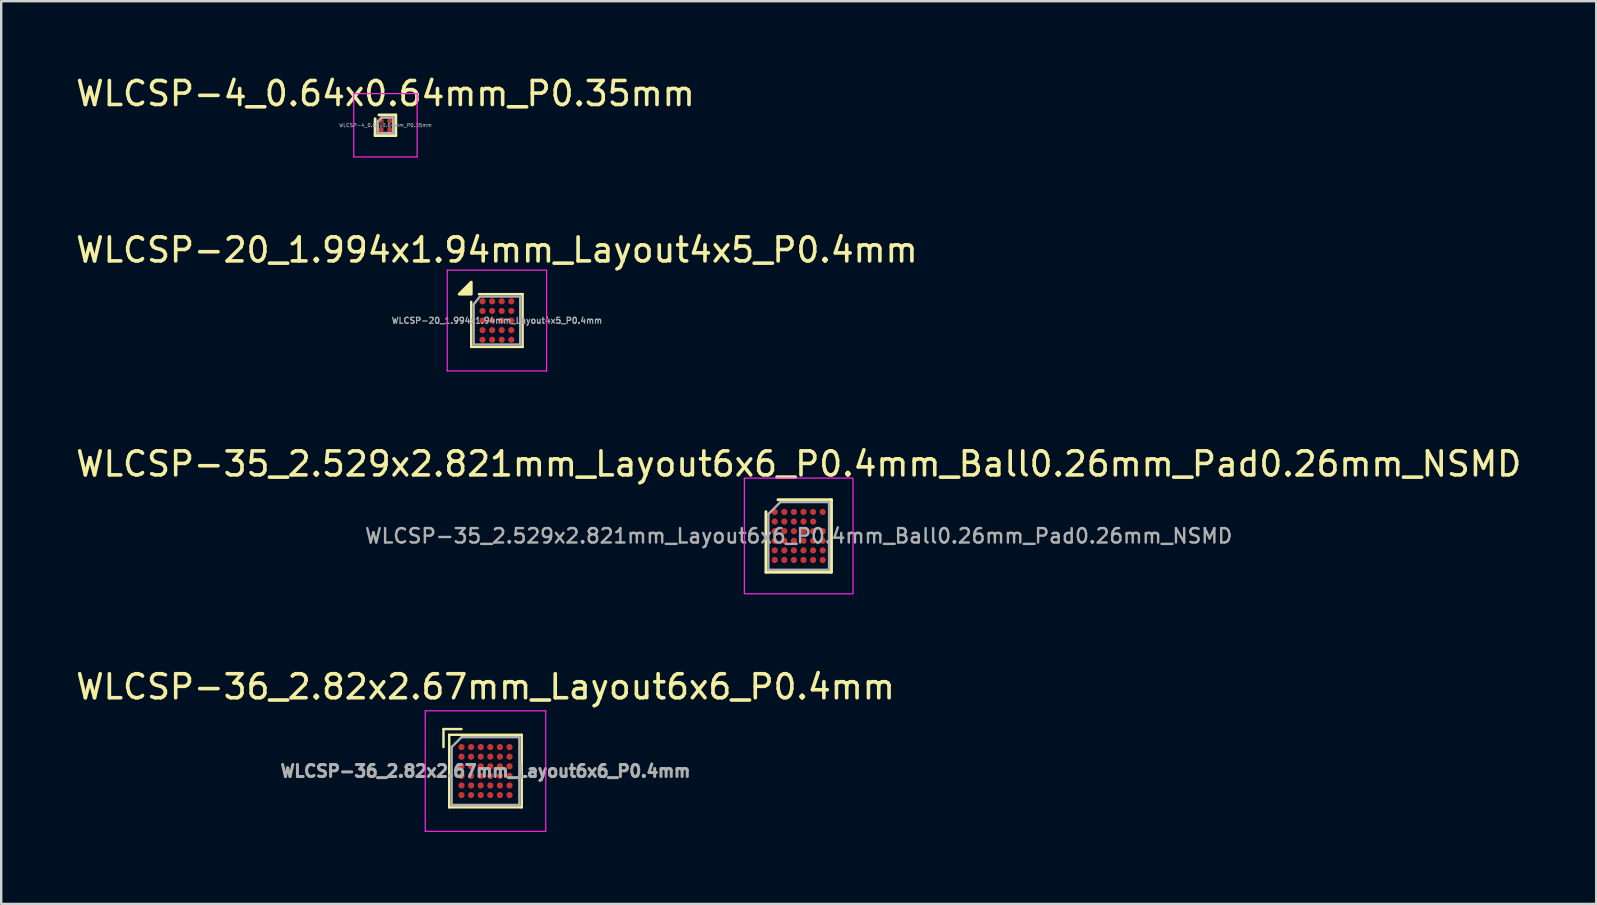
<source format=kicad_pcb>
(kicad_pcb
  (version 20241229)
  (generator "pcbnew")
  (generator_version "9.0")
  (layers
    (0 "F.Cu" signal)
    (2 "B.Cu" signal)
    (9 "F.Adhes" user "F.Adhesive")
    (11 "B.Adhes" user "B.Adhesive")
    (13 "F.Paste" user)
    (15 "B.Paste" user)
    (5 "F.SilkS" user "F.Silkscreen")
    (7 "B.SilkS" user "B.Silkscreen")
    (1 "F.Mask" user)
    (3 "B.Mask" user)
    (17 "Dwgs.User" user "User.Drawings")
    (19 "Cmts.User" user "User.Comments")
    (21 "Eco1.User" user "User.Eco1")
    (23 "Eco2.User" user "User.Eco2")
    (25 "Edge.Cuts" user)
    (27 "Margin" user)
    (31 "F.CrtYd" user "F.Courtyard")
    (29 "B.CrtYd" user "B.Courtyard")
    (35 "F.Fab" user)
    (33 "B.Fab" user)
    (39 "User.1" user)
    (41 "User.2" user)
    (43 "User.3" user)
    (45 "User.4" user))
  (footprint "WLCSP-20_1.994x1.94mm_Layout4x5_P0.4mm"
    (layer "F.Cu")
    (at 17.649 10.302)
    (property "Reference" "WLCSP-20_1.994x1.94mm_Layout4x5_P0.4mm" (at 0 -2.94 0) (layer "F.SilkS") (effects (font (size 1 1) (thickness 0.15))))
    (attr smd)
    (fp_line (start -1.07 1.1) (end -1.07 -0.78) (stroke (width 0.1) (type solid)) (layer "F.SilkS"))
    (fp_line (start 1.07 -1.1) (end -0.75 -1.1) (stroke (width 0.1) (type solid)) (layer "F.SilkS"))
    (fp_line (start 1.07 1.1) (end -1.07 1.1) (stroke (width 0.1) (type solid)) (layer "F.SilkS"))
    (fp_line (start 1.07 1.1) (end 1.07 -1.1) (stroke (width 0.1) (type solid)) (layer "F.SilkS"))
    (fp_poly (pts (xy -1.07 -1.1) (xy -1.57 -1.1) (xy -1.07 -1.6) (xy -1.07 -1.1)) (stroke (width 0.12) (type solid)) (fill yes) (layer "F.SilkS"))
    (fp_line (start -2.07 2.1) (end -2.07 -2.1) (stroke (width 0.05) (type solid)) (layer "F.CrtYd"))
    (fp_line (start 2.07 -2.1) (end -2.07 -2.1) (stroke (width 0.05) (type solid)) (layer "F.CrtYd"))
    (fp_line (start 2.07 2.1) (end -2.07 2.1) (stroke (width 0.05) (type solid)) (layer "F.CrtYd"))
    (fp_line (start 2.07 2.1) (end 2.07 -2.1) (stroke (width 0.05) (type solid)) (layer "F.CrtYd"))
    (fp_line (start -0.97 -0.67) (end -0.71 -1) (stroke (width 0.1) (type solid)) (layer "F.Fab"))
    (fp_line (start -0.97 0.997) (end -0.97 -0.66) (stroke (width 0.1) (type solid)) (layer "F.Fab"))
    (fp_line (start -0.97 1) (end 0.97 1) (stroke (width 0.1) (type solid)) (layer "F.Fab"))
    (fp_line (start -0.7 -1) (end 0.97 -1) (stroke (width 0.1) (type solid)) (layer "F.Fab"))
    (fp_line (start 0.97 0.997) (end 0.97 -0.997) (stroke (width 0.1) (type solid)) (layer "F.Fab"))
    (fp_text user "${REFERENCE}" (at 0 0 0) (layer "F.Fab") (effects (font (size 0.25 0.25) (thickness 0.05))))
    (pad "A1" smd circle (at -0.6 -0.8) (size 0.258 0.258) (property pad_prop_bga) (layers "F.Cu" "F.Mask" "F.Paste"))
    (pad "A2" smd circle (at -0.2 -0.8) (size 0.258 0.258) (property pad_prop_bga) (layers "F.Cu" "F.Mask" "F.Paste"))
    (pad "A3" smd circle (at 0.2 -0.8) (size 0.258 0.258) (property pad_prop_bga) (layers "F.Cu" "F.Mask" "F.Paste"))
    (pad "A4" smd circle (at 0.6 -0.8) (size 0.258 0.258) (property pad_prop_bga) (layers "F.Cu" "F.Mask" "F.Paste"))
    (pad "B1" smd circle (at -0.6 -0.4) (size 0.258 0.258) (property pad_prop_bga) (layers "F.Cu" "F.Mask" "F.Paste"))
    (pad "B2" smd circle (at -0.2 -0.4) (size 0.258 0.258) (property pad_prop_bga) (layers "F.Cu" "F.Mask" "F.Paste"))
    (pad "B3" smd circle (at 0.2 -0.4) (size 0.258 0.258) (property pad_prop_bga) (layers "F.Cu" "F.Mask" "F.Paste"))
    (pad "B4" smd circle (at 0.6 -0.4) (size 0.258 0.258) (property pad_prop_bga) (layers "F.Cu" "F.Mask" "F.Paste"))
    (pad "C1" smd circle (at -0.6 0) (size 0.258 0.258) (property pad_prop_bga) (layers "F.Cu" "F.Mask" "F.Paste"))
    (pad "C2" smd circle (at -0.2 0) (size 0.258 0.258) (property pad_prop_bga) (layers "F.Cu" "F.Mask" "F.Paste"))
    (pad "C3" smd circle (at 0.2 0) (size 0.258 0.258) (property pad_prop_bga) (layers "F.Cu" "F.Mask" "F.Paste"))
    (pad "C4" smd circle (at 0.6 0) (size 0.258 0.258) (property pad_prop_bga) (layers "F.Cu" "F.Mask" "F.Paste"))
    (pad "D1" smd circle (at -0.6 0.4) (size 0.258 0.258) (property pad_prop_bga) (layers "F.Cu" "F.Mask" "F.Paste"))
    (pad "D2" smd circle (at -0.2 0.4) (size 0.258 0.258) (property pad_prop_bga) (layers "F.Cu" "F.Mask" "F.Paste"))
    (pad "D3" smd circle (at 0.2 0.4) (size 0.258 0.258) (property pad_prop_bga) (layers "F.Cu" "F.Mask" "F.Paste"))
    (pad "D4" smd circle (at 0.6 0.4) (size 0.258 0.258) (property pad_prop_bga) (layers "F.Cu" "F.Mask" "F.Paste"))
    (pad "E1" smd circle (at -0.6 0.8) (size 0.258 0.258) (property pad_prop_bga) (layers "F.Cu" "F.Mask" "F.Paste"))
    (pad "E2" smd circle (at -0.2 0.8) (size 0.258 0.258) (property pad_prop_bga) (layers "F.Cu" "F.Mask" "F.Paste"))
    (pad "E3" smd circle (at 0.2 0.8) (size 0.258 0.258) (property pad_prop_bga) (layers "F.Cu" "F.Mask" "F.Paste"))
    (pad "E4" smd circle (at 0.6 0.8) (size 0.258 0.258) (property pad_prop_bga) (layers "F.Cu" "F.Mask" "F.Paste")))
  (footprint "WLCSP-35_2.529x2.821mm_Layout6x6_P0.4mm_Ball0.26mm_Pad0.26mm_NSMD"
    (layer "F.Cu")
    (at 30.22 19.275)
    (property "Reference" "WLCSP-35_2.529x2.821mm_Layout6x6_P0.4mm_Ball0.26mm_Pad0.26mm_NSMD" (at 0 -3 0) (unlocked yes) (layer "F.SilkS") (effects (font (size 1 1) (thickness 0.15))))
    (attr smd)
    (fp_line (start -1.365 -1.01) (end -1.365 1.51) (stroke (width 0.12) (type solid)) (layer "F.SilkS"))
    (fp_line (start -1.365 1.51) (end 1.365 1.51) (stroke (width 0.12) (type solid)) (layer "F.SilkS"))
    (fp_line (start -0.865 -1.51) (end 1.365 -1.51) (stroke (width 0.12) (type solid)) (layer "F.SilkS"))
    (fp_line (start 1.365 1.51) (end 1.365 -1.51) (stroke (width 0.12) (type solid)) (layer "F.SilkS"))
    (fp_rect (start -2.264 -2.41) (end 2.264 2.41) (stroke (width 0.05) (type solid)) (fill no) (layer "F.CrtYd"))
    (fp_line (start -1.264 -0.91) (end -1.264 1.411) (stroke (width 0.1) (type solid)) (layer "F.Fab"))
    (fp_line (start -1.264 1.411) (end 1.264 1.411) (stroke (width 0.1) (type solid)) (layer "F.Fab"))
    (fp_line (start -0.764 -1.411) (end -1.264 -0.91) (stroke (width 0.1) (type solid)) (layer "F.Fab"))
    (fp_line (start -0.764 -1.411) (end 1.264 -1.411) (stroke (width 0.1) (type solid)) (layer "F.Fab"))
    (fp_line (start 1.264 1.411) (end 1.264 -1.411) (stroke (width 0.1) (type solid)) (layer "F.Fab"))
    (fp_text user "${REFERENCE}" (at 0 0 0) (unlocked yes) (layer "F.Fab") (effects (font (size 0.6 0.6) (thickness 0.1))))
    (pad "A1" smd circle (at -1 -1) (size 0.26 0.26) (layers "F.Cu" "F.Mask" "F.Paste"))
    (pad "A2" smd circle (at -0.6 -1) (size 0.26 0.26) (layers "F.Cu" "F.Mask" "F.Paste"))
    (pad "A3" smd circle (at -0.2 -1) (size 0.26 0.26) (layers "F.Cu" "F.Mask" "F.Paste"))
    (pad "A4" smd circle (at 0.2 -1) (size 0.26 0.26) (layers "F.Cu" "F.Mask" "F.Paste"))
    (pad "A5" smd circle (at 0.6 -1) (size 0.26 0.26) (layers "F.Cu" "F.Mask" "F.Paste"))
    (pad "A6" smd circle (at 1 -1) (size 0.26 0.26) (layers "F.Cu" "F.Mask" "F.Paste"))
    (pad "B1" smd circle (at -1 -0.6) (size 0.26 0.26) (layers "F.Cu" "F.Mask" "F.Paste"))
    (pad "B2" smd circle (at -0.6 -0.6) (size 0.26 0.26) (layers "F.Cu" "F.Mask" "F.Paste"))
    (pad "B3" smd circle (at -0.2 -0.6) (size 0.26 0.26) (layers "F.Cu" "F.Mask" "F.Paste"))
    (pad "B4" smd circle (at 0.2 -0.6) (size 0.26 0.26) (layers "F.Cu" "F.Mask" "F.Paste"))
    (pad "B5" smd circle (at 0.6 -0.6) (size 0.26 0.26) (layers "F.Cu" "F.Mask" "F.Paste"))
    (pad "C1" smd circle (at -1 -0.2) (size 0.26 0.26) (layers "F.Cu" "F.Mask" "F.Paste"))
    (pad "C2" smd circle (at -0.6 -0.2) (size 0.26 0.26) (layers "F.Cu" "F.Mask" "F.Paste"))
    (pad "C3" smd circle (at -0.2 -0.2) (size 0.26 0.26) (layers "F.Cu" "F.Mask" "F.Paste"))
    (pad "C4" smd circle (at 0.2 -0.2) (size 0.26 0.26) (layers "F.Cu" "F.Mask" "F.Paste"))
    (pad "C5" smd circle (at 0.6 -0.2) (size 0.26 0.26) (layers "F.Cu" "F.Mask" "F.Paste"))
    (pad "C6" smd circle (at 1 -0.2) (size 0.26 0.26) (layers "F.Cu" "F.Mask" "F.Paste"))
    (pad "D1" smd circle (at -1 0.2) (size 0.26 0.26) (layers "F.Cu" "F.Mask" "F.Paste"))
    (pad "D2" smd circle (at -0.6 0.2) (size 0.26 0.26) (layers "F.Cu" "F.Mask" "F.Paste"))
    (pad "D3" smd circle (at -0.2 0.2) (size 0.26 0.26) (layers "F.Cu" "F.Mask" "F.Paste"))
    (pad "D4" smd circle (at 0.2 0.2) (size 0.26 0.26) (layers "F.Cu" "F.Mask" "F.Paste"))
    (pad "D5" smd circle (at 0.6 0.2) (size 0.26 0.26) (layers "F.Cu" "F.Mask" "F.Paste"))
    (pad "D6" smd circle (at 1 0.2) (size 0.26 0.26) (layers "F.Cu" "F.Mask" "F.Paste"))
    (pad "E1" smd circle (at -1 0.6) (size 0.26 0.26) (layers "F.Cu" "F.Mask" "F.Paste"))
    (pad "E2" smd circle (at -0.6 0.6) (size 0.26 0.26) (layers "F.Cu" "F.Mask" "F.Paste"))
    (pad "E3" smd circle (at -0.2 0.6) (size 0.26 0.26) (layers "F.Cu" "F.Mask" "F.Paste"))
    (pad "E4" smd circle (at 0.2 0.6) (size 0.26 0.26) (layers "F.Cu" "F.Mask" "F.Paste"))
    (pad "E5" smd circle (at 0.6 0.6) (size 0.26 0.26) (layers "F.Cu" "F.Mask" "F.Paste"))
    (pad "E6" smd circle (at 1 0.6) (size 0.26 0.26) (layers "F.Cu" "F.Mask" "F.Paste"))
    (pad "F1" smd circle (at -1 1) (size 0.26 0.26) (layers "F.Cu" "F.Mask" "F.Paste"))
    (pad "F2" smd circle (at -0.6 1) (size 0.26 0.26) (layers "F.Cu" "F.Mask" "F.Paste"))
    (pad "F3" smd circle (at -0.2 1) (size 0.26 0.26) (layers "F.Cu" "F.Mask" "F.Paste"))
    (pad "F4" smd circle (at 0.2 1) (size 0.26 0.26) (layers "F.Cu" "F.Mask" "F.Paste"))
    (pad "F5" smd circle (at 0.6 1) (size 0.26 0.26) (layers "F.Cu" "F.Mask" "F.Paste"))
    (pad "F6" smd circle (at 1 1) (size 0.26 0.26) (layers "F.Cu" "F.Mask" "F.Paste")))
  (footprint "WLCSP-36_2.82x2.67mm_Layout6x6_P0.4mm"
    (layer "F.Cu")
    (at 17.173 29.069)
    (property "Reference" "WLCSP-36_2.82x2.67mm_Layout6x6_P0.4mm" (at 0 -3.51 0) (layer "F.SilkS") (effects (font (size 1 1) (thickness 0.15))))
    (attr smd)
    (fp_line (start -1.75 -1) (end -1.75 -1.75) (stroke (width 0.1) (type solid)) (layer "F.SilkS"))
    (fp_line (start -1.51 -1.51) (end 1.51 -1.51) (stroke (width 0.1) (type solid)) (layer "F.SilkS"))
    (fp_line (start -1.51 1.51) (end -1.51 -1.51) (stroke (width 0.1) (type solid)) (layer "F.SilkS"))
    (fp_line (start -1.51 1.51) (end 1.51 1.51) (stroke (width 0.1) (type solid)) (layer "F.SilkS"))
    (fp_line (start -1 -1.75) (end -1.75 -1.75) (stroke (width 0.1) (type solid)) (layer "F.SilkS"))
    (fp_line (start 1.51 1.51) (end 1.51 -1.51) (stroke (width 0.1) (type solid)) (layer "F.SilkS"))
    (fp_line (start -2.51 -2.51) (end 2.51 -2.51) (stroke (width 0.05) (type solid)) (layer "F.CrtYd"))
    (fp_line (start -2.51 2.51) (end -2.51 -2.51) (stroke (width 0.05) (type solid)) (layer "F.CrtYd"))
    (fp_line (start -2.51 2.51) (end 2.51 2.51) (stroke (width 0.05) (type solid)) (layer "F.CrtYd"))
    (fp_line (start 2.51 2.51) (end 2.51 -2.51) (stroke (width 0.05) (type solid)) (layer "F.CrtYd"))
    (fp_line (start -1.41 -1) (end -1 -1.41) (stroke (width 0.1) (type solid)) (layer "F.Fab"))
    (fp_line (start -1.41 1.41) (end -1.41 -1) (stroke (width 0.1) (type solid)) (layer "F.Fab"))
    (fp_line (start -1.41 1.41) (end 1.41 1.41) (stroke (width 0.1) (type solid)) (layer "F.Fab"))
    (fp_line (start -1 -1.41) (end 1.41 -1.41) (stroke (width 0.1) (type solid)) (layer "F.Fab"))
    (fp_line (start 1.41 1.41) (end 1.41 -1.41) (stroke (width 0.1) (type solid)) (layer "F.Fab"))
    (fp_text user "${REFERENCE}" (at 0 0 0) (layer "F.Fab") (effects (font (size 0.5 0.5) (thickness 0.125))))
    (pad "A1" smd circle (at -1 -1) (size 0.26 0.26) (layers "F.Cu" "F.Mask" "F.Paste"))
    (pad "A2" smd circle (at -0.6 -1) (size 0.26 0.26) (layers "F.Cu" "F.Mask" "F.Paste"))
    (pad "A3" smd circle (at -0.2 -1) (size 0.26 0.26) (layers "F.Cu" "F.Mask" "F.Paste"))
    (pad "A4" smd circle (at 0.2 -1) (size 0.26 0.26) (layers "F.Cu" "F.Mask" "F.Paste"))
    (pad "A5" smd circle (at 0.6 -1) (size 0.26 0.26) (layers "F.Cu" "F.Mask" "F.Paste"))
    (pad "A6" smd circle (at 1 -1) (size 0.26 0.26) (layers "F.Cu" "F.Mask" "F.Paste"))
    (pad "B1" smd circle (at -1 -0.6) (size 0.26 0.26) (layers "F.Cu" "F.Mask" "F.Paste"))
    (pad "B2" smd circle (at -0.6 -0.6) (size 0.26 0.26) (layers "F.Cu" "F.Mask" "F.Paste"))
    (pad "B3" smd circle (at -0.2 -0.6) (size 0.26 0.26) (layers "F.Cu" "F.Mask" "F.Paste"))
    (pad "B4" smd circle (at 0.2 -0.6) (size 0.26 0.26) (layers "F.Cu" "F.Mask" "F.Paste"))
    (pad "B5" smd circle (at 0.6 -0.6) (size 0.26 0.26) (layers "F.Cu" "F.Mask" "F.Paste"))
    (pad "B6" smd circle (at 1 -0.6) (size 0.26 0.26) (layers "F.Cu" "F.Mask" "F.Paste"))
    (pad "C1" smd circle (at -1 -0.2) (size 0.26 0.26) (layers "F.Cu" "F.Mask" "F.Paste"))
    (pad "C2" smd circle (at -0.6 -0.2) (size 0.26 0.26) (layers "F.Cu" "F.Mask" "F.Paste"))
    (pad "C3" smd circle (at -0.2 -0.2) (size 0.26 0.26) (layers "F.Cu" "F.Mask" "F.Paste"))
    (pad "C4" smd circle (at 0.2 -0.2) (size 0.26 0.26) (layers "F.Cu" "F.Mask" "F.Paste"))
    (pad "C5" smd circle (at 0.6 -0.2) (size 0.26 0.26) (layers "F.Cu" "F.Mask" "F.Paste"))
    (pad "C6" smd circle (at 1 -0.2) (size 0.26 0.26) (layers "F.Cu" "F.Mask" "F.Paste"))
    (pad "D1" smd circle (at -1 0.2) (size 0.26 0.26) (layers "F.Cu" "F.Mask" "F.Paste"))
    (pad "D2" smd circle (at -0.6 0.2) (size 0.26 0.26) (layers "F.Cu" "F.Mask" "F.Paste"))
    (pad "D3" smd circle (at -0.2 0.2) (size 0.26 0.26) (layers "F.Cu" "F.Mask" "F.Paste"))
    (pad "D4" smd circle (at 0.2 0.2) (size 0.26 0.26) (layers "F.Cu" "F.Mask" "F.Paste"))
    (pad "D5" smd circle (at 0.6 0.2) (size 0.26 0.26) (layers "F.Cu" "F.Mask" "F.Paste"))
    (pad "D6" smd circle (at 1 0.2) (size 0.26 0.26) (layers "F.Cu" "F.Mask" "F.Paste"))
    (pad "E1" smd circle (at -1 0.6) (size 0.26 0.26) (layers "F.Cu" "F.Mask" "F.Paste"))
    (pad "E2" smd circle (at -0.6 0.6) (size 0.26 0.26) (layers "F.Cu" "F.Mask" "F.Paste"))
    (pad "E3" smd circle (at -0.2 0.6) (size 0.26 0.26) (layers "F.Cu" "F.Mask" "F.Paste"))
    (pad "E4" smd circle (at 0.2 0.6) (size 0.26 0.26) (layers "F.Cu" "F.Mask" "F.Paste"))
    (pad "E5" smd circle (at 0.6 0.6) (size 0.26 0.26) (layers "F.Cu" "F.Mask" "F.Paste"))
    (pad "E6" smd circle (at 1 0.6) (size 0.26 0.26) (layers "F.Cu" "F.Mask" "F.Paste"))
    (pad "F1" smd circle (at -1 1) (size 0.26 0.26) (layers "F.Cu" "F.Mask" "F.Paste"))
    (pad "F2" smd circle (at -0.6 1) (size 0.26 0.26) (layers "F.Cu" "F.Mask" "F.Paste"))
    (pad "F3" smd circle (at -0.2 1) (size 0.26 0.26) (layers "F.Cu" "F.Mask" "F.Paste"))
    (pad "F4" smd circle (at 0.2 1) (size 0.26 0.26) (layers "F.Cu" "F.Mask" "F.Paste"))
    (pad "F5" smd circle (at 0.6 1) (size 0.26 0.26) (layers "F.Cu" "F.Mask" "F.Paste"))
    (pad "F6" smd circle (at 1 1) (size 0.26 0.26) (layers "F.Cu" "F.Mask" "F.Paste")))
  (footprint "WLCSP-4_0.64x0.64mm_P0.35mm"
    (layer "F.Cu")
    (at 13.006 2.168)
    (property "Reference" "WLCSP-4_0.64x0.64mm_P0.35mm" (at 0 -1.32 0) (layer "F.SilkS") (effects (font (size 1 1) (thickness 0.15))))
    (attr smd)
    (fp_line (start -0.43 0.43) (end -0.43 -0.27) (stroke (width 0.12) (type solid)) (layer "F.SilkS"))
    (fp_line (start -0.27 -0.43) (end 0.43 -0.43) (stroke (width 0.12) (type solid)) (layer "F.SilkS"))
    (fp_line (start 0.43 -0.43) (end 0.43 0.43) (stroke (width 0.12) (type solid)) (layer "F.SilkS"))
    (fp_line (start 0.43 0.43) (end -0.43 0.43) (stroke (width 0.12) (type solid)) (layer "F.SilkS"))
    (fp_line (start -1.32 -1.32) (end -1.32 1.32) (stroke (width 0.05) (type solid)) (layer "F.CrtYd"))
    (fp_line (start -1.32 1.32) (end 1.32 1.32) (stroke (width 0.05) (type solid)) (layer "F.CrtYd"))
    (fp_line (start 1.32 -1.32) (end -1.32 -1.32) (stroke (width 0.05) (type solid)) (layer "F.CrtYd"))
    (fp_line (start 1.32 1.32) (end 1.32 -1.32) (stroke (width 0.05) (type solid)) (layer "F.CrtYd"))
    (fp_line (start -0.32 -0.16) (end -0.16 -0.32) (stroke (width 0.1) (type solid)) (layer "F.Fab"))
    (fp_line (start -0.32 0.32) (end -0.32 -0.16) (stroke (width 0.1) (type solid)) (layer "F.Fab"))
    (fp_line (start -0.16 -0.32) (end 0.32 -0.32) (stroke (width 0.1) (type solid)) (layer "F.Fab"))
    (fp_line (start 0.32 -0.32) (end 0.32 0.32) (stroke (width 0.1) (type solid)) (layer "F.Fab"))
    (fp_line (start 0.32 0.32) (end -0.32 0.32) (stroke (width 0.1) (type solid)) (layer "F.Fab"))
    (fp_text user "${REFERENCE}" (at 0 0 0) (layer "F.Fab") (effects (font (size 0.15 0.15) (thickness 0.022))))
    (pad "A1" smd circle (at -0.175 -0.175) (size 0.21 0.21) (layers "F.Cu" "F.Mask" "F.Paste"))
    (pad "A2" smd circle (at 0.175 -0.175) (size 0.21 0.21) (layers "F.Cu" "F.Mask" "F.Paste"))
    (pad "B1" smd circle (at -0.175 0.175) (size 0.21 0.21) (layers "F.Cu" "F.Mask" "F.Paste"))
    (pad "B2" smd circle (at 0.175 0.175) (size 0.21 0.21) (layers "F.Cu" "F.Mask" "F.Paste")))
  (gr_rect
    (start -3 -3)
    (end 63.44 34.603)
    (stroke (width 0.1) (type default))
    (fill no)
    (layer "Edge.Cuts")))
</source>
